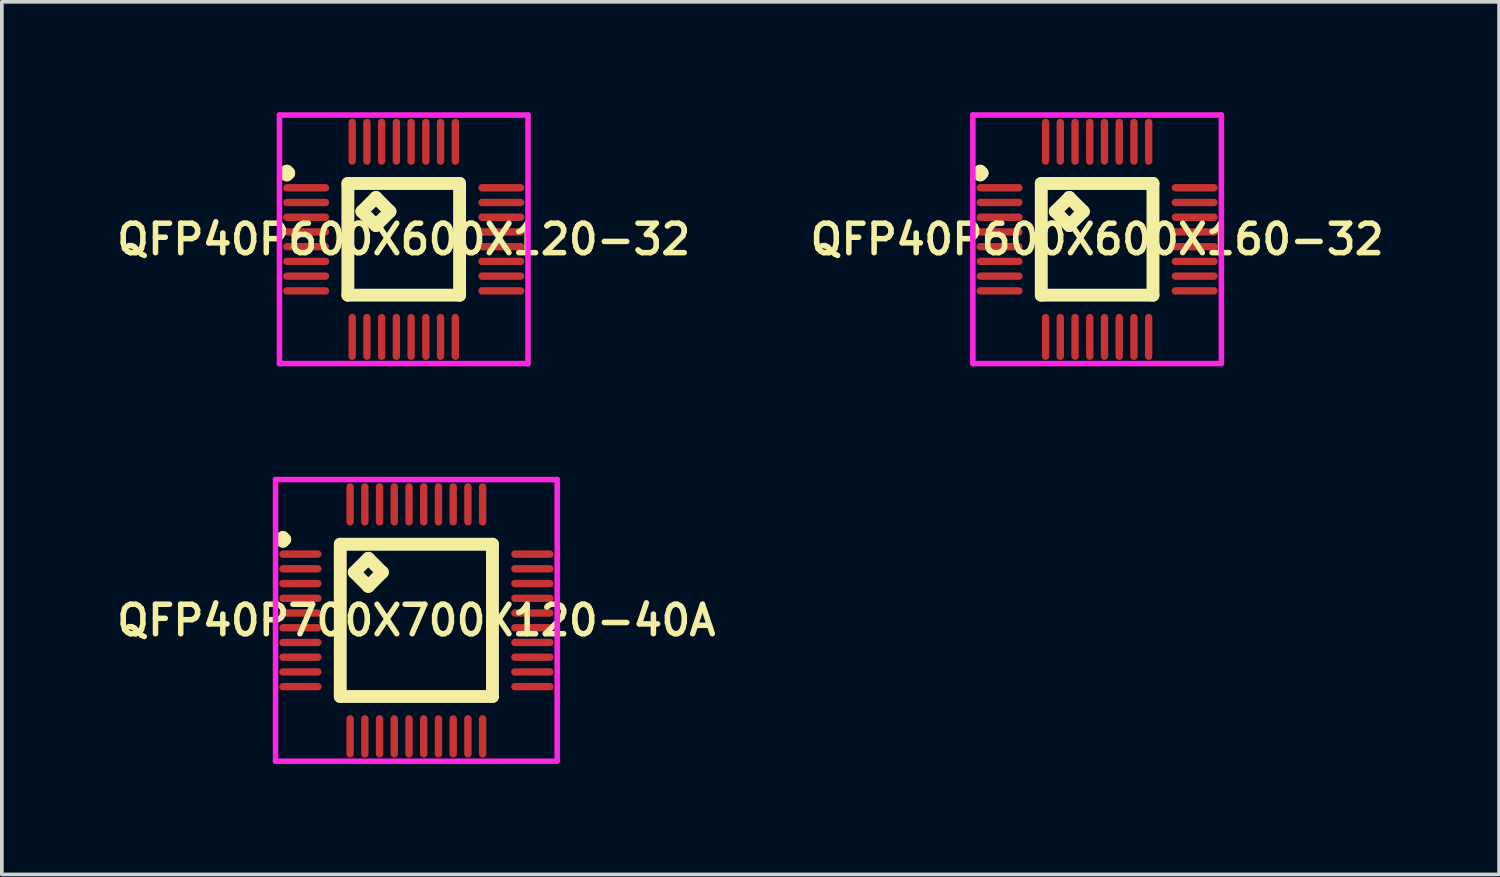
<source format=kicad_pcb>
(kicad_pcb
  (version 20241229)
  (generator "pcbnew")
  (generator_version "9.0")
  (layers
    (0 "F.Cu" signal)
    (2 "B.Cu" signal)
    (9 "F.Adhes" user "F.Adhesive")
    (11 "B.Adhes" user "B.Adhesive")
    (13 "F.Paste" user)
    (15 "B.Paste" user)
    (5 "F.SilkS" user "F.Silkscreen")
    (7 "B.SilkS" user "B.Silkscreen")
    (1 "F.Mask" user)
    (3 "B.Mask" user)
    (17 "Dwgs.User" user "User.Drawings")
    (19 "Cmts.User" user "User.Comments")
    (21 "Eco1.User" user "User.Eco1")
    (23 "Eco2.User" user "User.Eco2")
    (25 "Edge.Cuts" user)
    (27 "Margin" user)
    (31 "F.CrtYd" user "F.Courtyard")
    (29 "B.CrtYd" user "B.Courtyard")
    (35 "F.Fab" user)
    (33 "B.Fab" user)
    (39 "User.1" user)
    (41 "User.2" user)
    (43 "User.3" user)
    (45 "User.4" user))
  (footprint "QFP40P700X700X120-40A"
    (layer "F.Cu")
    (at 8.259 13.8)
    (property "Reference" "QFP40P700X700X120-40A" (at 0 0 0) (layer "F.SilkS") (effects (font (size 0.8 0.8) (thickness 0.15))))
    (attr smd)
    (fp_line (start -3.675 -2.2) (end -3.625 -2.25) (stroke (width 0.35) (type solid)) (layer "F.SilkS"))
    (fp_line (start -3.625 -2.25) (end -3.575 -2.2) (stroke (width 0.35) (type solid)) (layer "F.SilkS"))
    (fp_line (start -3.625 -2.15) (end -3.675 -2.2) (stroke (width 0.35) (type solid)) (layer "F.SilkS"))
    (fp_line (start -3.575 -2.2) (end -3.625 -2.15) (stroke (width 0.35) (type solid)) (layer "F.SilkS"))
    (fp_line (start -2.067 -2.067) (end -2.067 2.067) (stroke (width 0.35) (type solid)) (layer "F.SilkS"))
    (fp_line (start -2.067 2.067) (end 2.067 2.067) (stroke (width 0.35) (type solid)) (layer "F.SilkS"))
    (fp_line (start -1.686 -1.305) (end -1.305 -1.686) (stroke (width 0.35) (type solid)) (layer "F.SilkS"))
    (fp_line (start -1.305 -1.686) (end -0.924 -1.305) (stroke (width 0.35) (type solid)) (layer "F.SilkS"))
    (fp_line (start -1.305 -0.924) (end -1.686 -1.305) (stroke (width 0.35) (type solid)) (layer "F.SilkS"))
    (fp_line (start -0.924 -1.305) (end -1.305 -0.924) (stroke (width 0.35) (type solid)) (layer "F.SilkS"))
    (fp_line (start 2.067 -2.067) (end -2.067 -2.067) (stroke (width 0.35) (type solid)) (layer "F.SilkS"))
    (fp_line (start 2.067 2.067) (end 2.067 -2.067) (stroke (width 0.35) (type solid)) (layer "F.SilkS"))
    (fp_line (start -3.825 -3.825) (end 3.825 -3.825) (stroke (width 0.15) (type solid)) (layer "F.CrtYd"))
    (fp_line (start -3.825 3.825) (end -3.825 -3.825) (stroke (width 0.15) (type solid)) (layer "F.CrtYd"))
    (fp_line (start 3.825 -3.825) (end 3.825 3.825) (stroke (width 0.15) (type solid)) (layer "F.CrtYd"))
    (fp_line (start 3.825 3.825) (end -3.825 3.825) (stroke (width 0.15) (type solid)) (layer "F.CrtYd"))
    (pad "1" smd oval (at -3.15 -1.8) (size 1.15 0.2) (layers "F.Cu" "F.Mask" "F.Paste"))
    (pad "2" smd oval (at -3.15 -1.4) (size 1.15 0.2) (layers "F.Cu" "F.Mask" "F.Paste"))
    (pad "3" smd oval (at -3.15 -1) (size 1.15 0.2) (layers "F.Cu" "F.Mask" "F.Paste"))
    (pad "4" smd oval (at -3.15 -0.6) (size 1.15 0.2) (layers "F.Cu" "F.Mask" "F.Paste"))
    (pad "5" smd oval (at -3.15 -0.2) (size 1.15 0.2) (layers "F.Cu" "F.Mask" "F.Paste"))
    (pad "6" smd oval (at -3.15 0.2) (size 1.15 0.2) (layers "F.Cu" "F.Mask" "F.Paste"))
    (pad "7" smd oval (at -3.15 0.6) (size 1.15 0.2) (layers "F.Cu" "F.Mask" "F.Paste"))
    (pad "8" smd oval (at -3.15 1) (size 1.15 0.2) (layers "F.Cu" "F.Mask" "F.Paste"))
    (pad "9" smd oval (at -3.15 1.4) (size 1.15 0.2) (layers "F.Cu" "F.Mask" "F.Paste"))
    (pad "10" smd oval (at -3.15 1.8) (size 1.15 0.2) (layers "F.Cu" "F.Mask" "F.Paste"))
    (pad "11" smd oval (at -1.8 3.15) (size 0.2 1.15) (layers "F.Cu" "F.Mask" "F.Paste"))
    (pad "12" smd oval (at -1.4 3.15) (size 0.2 1.15) (layers "F.Cu" "F.Mask" "F.Paste"))
    (pad "13" smd oval (at -1 3.15) (size 0.2 1.15) (layers "F.Cu" "F.Mask" "F.Paste"))
    (pad "14" smd oval (at -0.6 3.15) (size 0.2 1.15) (layers "F.Cu" "F.Mask" "F.Paste"))
    (pad "15" smd oval (at -0.2 3.15) (size 0.2 1.15) (layers "F.Cu" "F.Mask" "F.Paste"))
    (pad "16" smd oval (at 0.2 3.15) (size 0.2 1.15) (layers "F.Cu" "F.Mask" "F.Paste"))
    (pad "17" smd oval (at 0.6 3.15) (size 0.2 1.15) (layers "F.Cu" "F.Mask" "F.Paste"))
    (pad "18" smd oval (at 1 3.15) (size 0.2 1.15) (layers "F.Cu" "F.Mask" "F.Paste"))
    (pad "19" smd oval (at 1.4 3.15) (size 0.2 1.15) (layers "F.Cu" "F.Mask" "F.Paste"))
    (pad "20" smd oval (at 1.8 3.15) (size 0.2 1.15) (layers "F.Cu" "F.Mask" "F.Paste"))
    (pad "21" smd oval (at 3.15 1.8) (size 1.15 0.2) (layers "F.Cu" "F.Mask" "F.Paste"))
    (pad "22" smd oval (at 3.15 1.4) (size 1.15 0.2) (layers "F.Cu" "F.Mask" "F.Paste"))
    (pad "23" smd oval (at 3.15 1) (size 1.15 0.2) (layers "F.Cu" "F.Mask" "F.Paste"))
    (pad "24" smd oval (at 3.15 0.6) (size 1.15 0.2) (layers "F.Cu" "F.Mask" "F.Paste"))
    (pad "25" smd oval (at 3.15 0.2) (size 1.15 0.2) (layers "F.Cu" "F.Mask" "F.Paste"))
    (pad "26" smd oval (at 3.15 -0.2) (size 1.15 0.2) (layers "F.Cu" "F.Mask" "F.Paste"))
    (pad "27" smd oval (at 3.15 -0.6) (size 1.15 0.2) (layers "F.Cu" "F.Mask" "F.Paste"))
    (pad "28" smd oval (at 3.15 -1) (size 1.15 0.2) (layers "F.Cu" "F.Mask" "F.Paste"))
    (pad "29" smd oval (at 3.15 -1.4) (size 1.15 0.2) (layers "F.Cu" "F.Mask" "F.Paste"))
    (pad "30" smd oval (at 3.15 -1.8) (size 1.15 0.2) (layers "F.Cu" "F.Mask" "F.Paste"))
    (pad "31" smd oval (at 1.8 -3.15) (size 0.2 1.15) (layers "F.Cu" "F.Mask" "F.Paste"))
    (pad "32" smd oval (at 1.4 -3.15) (size 0.2 1.15) (layers "F.Cu" "F.Mask" "F.Paste"))
    (pad "33" smd oval (at 1 -3.15) (size 0.2 1.15) (layers "F.Cu" "F.Mask" "F.Paste"))
    (pad "34" smd oval (at 0.6 -3.15) (size 0.2 1.15) (layers "F.Cu" "F.Mask" "F.Paste"))
    (pad "35" smd oval (at 0.2 -3.15) (size 0.2 1.15) (layers "F.Cu" "F.Mask" "F.Paste"))
    (pad "36" smd oval (at -0.2 -3.15) (size 0.2 1.15) (layers "F.Cu" "F.Mask" "F.Paste"))
    (pad "37" smd oval (at -0.6 -3.15) (size 0.2 1.15) (layers "F.Cu" "F.Mask" "F.Paste"))
    (pad "38" smd oval (at -1 -3.15) (size 0.2 1.15) (layers "F.Cu" "F.Mask" "F.Paste"))
    (pad "39" smd oval (at -1.4 -3.15) (size 0.2 1.15) (layers "F.Cu" "F.Mask" "F.Paste"))
    (pad "40" smd oval (at -1.8 -3.15) (size 0.2 1.15) (layers "F.Cu" "F.Mask" "F.Paste")))
  (footprint "QFP40P600X600X160-32"
    (layer "F.Cu")
    (at 26.749 3.45)
    (property "Reference" "QFP40P600X600X160-32" (at 0 0 0) (layer "F.SilkS") (effects (font (size 0.8 0.8) (thickness 0.15))))
    (attr smd)
    (fp_line (start -3.225 -1.8) (end -3.175 -1.85) (stroke (width 0.35) (type solid)) (layer "F.SilkS"))
    (fp_line (start -3.175 -1.85) (end -3.125 -1.8) (stroke (width 0.35) (type solid)) (layer "F.SilkS"))
    (fp_line (start -3.175 -1.75) (end -3.225 -1.8) (stroke (width 0.35) (type solid)) (layer "F.SilkS"))
    (fp_line (start -3.125 -1.8) (end -3.175 -1.75) (stroke (width 0.35) (type solid)) (layer "F.SilkS"))
    (fp_line (start -1.517 -1.517) (end -1.517 1.517) (stroke (width 0.35) (type solid)) (layer "F.SilkS"))
    (fp_line (start -1.517 1.517) (end 1.517 1.517) (stroke (width 0.35) (type solid)) (layer "F.SilkS"))
    (fp_line (start -1.136 -0.755) (end -0.755 -1.136) (stroke (width 0.35) (type solid)) (layer "F.SilkS"))
    (fp_line (start -0.755 -1.136) (end -0.374 -0.755) (stroke (width 0.35) (type solid)) (layer "F.SilkS"))
    (fp_line (start -0.755 -0.374) (end -1.136 -0.755) (stroke (width 0.35) (type solid)) (layer "F.SilkS"))
    (fp_line (start -0.374 -0.755) (end -0.755 -0.374) (stroke (width 0.35) (type solid)) (layer "F.SilkS"))
    (fp_line (start 1.517 -1.517) (end -1.517 -1.517) (stroke (width 0.35) (type solid)) (layer "F.SilkS"))
    (fp_line (start 1.517 1.517) (end 1.517 -1.517) (stroke (width 0.35) (type solid)) (layer "F.SilkS"))
    (fp_line (start -3.375 -3.375) (end 3.375 -3.375) (stroke (width 0.15) (type solid)) (layer "F.CrtYd"))
    (fp_line (start -3.375 3.375) (end -3.375 -3.375) (stroke (width 0.15) (type solid)) (layer "F.CrtYd"))
    (fp_line (start 3.375 -3.375) (end 3.375 3.375) (stroke (width 0.15) (type solid)) (layer "F.CrtYd"))
    (fp_line (start 3.375 3.375) (end -3.375 3.375) (stroke (width 0.15) (type solid)) (layer "F.CrtYd"))
    (pad "1" smd oval (at -2.65 -1.4) (size 1.25 0.2) (layers "F.Cu" "F.Mask" "F.Paste"))
    (pad "2" smd oval (at -2.65 -1) (size 1.25 0.2) (layers "F.Cu" "F.Mask" "F.Paste"))
    (pad "3" smd oval (at -2.65 -0.6) (size 1.25 0.2) (layers "F.Cu" "F.Mask" "F.Paste"))
    (pad "4" smd oval (at -2.65 -0.2) (size 1.25 0.2) (layers "F.Cu" "F.Mask" "F.Paste"))
    (pad "5" smd oval (at -2.65 0.2) (size 1.25 0.2) (layers "F.Cu" "F.Mask" "F.Paste"))
    (pad "6" smd oval (at -2.65 0.6) (size 1.25 0.2) (layers "F.Cu" "F.Mask" "F.Paste"))
    (pad "7" smd oval (at -2.65 1) (size 1.25 0.2) (layers "F.Cu" "F.Mask" "F.Paste"))
    (pad "8" smd oval (at -2.65 1.4) (size 1.25 0.2) (layers "F.Cu" "F.Mask" "F.Paste"))
    (pad "9" smd oval (at -1.4 2.65) (size 0.2 1.25) (layers "F.Cu" "F.Mask" "F.Paste"))
    (pad "10" smd oval (at -1 2.65) (size 0.2 1.25) (layers "F.Cu" "F.Mask" "F.Paste"))
    (pad "11" smd oval (at -0.6 2.65) (size 0.2 1.25) (layers "F.Cu" "F.Mask" "F.Paste"))
    (pad "12" smd oval (at -0.2 2.65) (size 0.2 1.25) (layers "F.Cu" "F.Mask" "F.Paste"))
    (pad "13" smd oval (at 0.2 2.65) (size 0.2 1.25) (layers "F.Cu" "F.Mask" "F.Paste"))
    (pad "14" smd oval (at 0.6 2.65) (size 0.2 1.25) (layers "F.Cu" "F.Mask" "F.Paste"))
    (pad "15" smd oval (at 1 2.65) (size 0.2 1.25) (layers "F.Cu" "F.Mask" "F.Paste"))
    (pad "16" smd oval (at 1.4 2.65) (size 0.2 1.25) (layers "F.Cu" "F.Mask" "F.Paste"))
    (pad "17" smd oval (at 2.65 1.4) (size 1.25 0.2) (layers "F.Cu" "F.Mask" "F.Paste"))
    (pad "18" smd oval (at 2.65 1) (size 1.25 0.2) (layers "F.Cu" "F.Mask" "F.Paste"))
    (pad "19" smd oval (at 2.65 0.6) (size 1.25 0.2) (layers "F.Cu" "F.Mask" "F.Paste"))
    (pad "20" smd oval (at 2.65 0.2) (size 1.25 0.2) (layers "F.Cu" "F.Mask" "F.Paste"))
    (pad "21" smd oval (at 2.65 -0.2) (size 1.25 0.2) (layers "F.Cu" "F.Mask" "F.Paste"))
    (pad "22" smd oval (at 2.65 -0.6) (size 1.25 0.2) (layers "F.Cu" "F.Mask" "F.Paste"))
    (pad "23" smd oval (at 2.65 -1) (size 1.25 0.2) (layers "F.Cu" "F.Mask" "F.Paste"))
    (pad "24" smd oval (at 2.65 -1.4) (size 1.25 0.2) (layers "F.Cu" "F.Mask" "F.Paste"))
    (pad "25" smd oval (at 1.4 -2.65) (size 0.2 1.25) (layers "F.Cu" "F.Mask" "F.Paste"))
    (pad "26" smd oval (at 1 -2.65) (size 0.2 1.25) (layers "F.Cu" "F.Mask" "F.Paste"))
    (pad "27" smd oval (at 0.6 -2.65) (size 0.2 1.25) (layers "F.Cu" "F.Mask" "F.Paste"))
    (pad "28" smd oval (at 0.2 -2.65) (size 0.2 1.25) (layers "F.Cu" "F.Mask" "F.Paste"))
    (pad "29" smd oval (at -0.2 -2.65) (size 0.2 1.25) (layers "F.Cu" "F.Mask" "F.Paste"))
    (pad "30" smd oval (at -0.6 -2.65) (size 0.2 1.25) (layers "F.Cu" "F.Mask" "F.Paste"))
    (pad "31" smd oval (at -1 -2.65) (size 0.2 1.25) (layers "F.Cu" "F.Mask" "F.Paste"))
    (pad "32" smd oval (at -1.4 -2.65) (size 0.2 1.25) (layers "F.Cu" "F.Mask" "F.Paste")))
  (footprint "QFP40P600X600X120-32"
    (layer "F.Cu")
    (at 7.916 3.45)
    (property "Reference" "QFP40P600X600X120-32" (at 0 0 0) (layer "F.SilkS") (effects (font (size 0.8 0.8) (thickness 0.15))))
    (attr smd)
    (fp_line (start -3.225 -1.8) (end -3.175 -1.85) (stroke (width 0.35) (type solid)) (layer "F.SilkS"))
    (fp_line (start -3.175 -1.85) (end -3.125 -1.8) (stroke (width 0.35) (type solid)) (layer "F.SilkS"))
    (fp_line (start -3.175 -1.75) (end -3.225 -1.8) (stroke (width 0.35) (type solid)) (layer "F.SilkS"))
    (fp_line (start -3.125 -1.8) (end -3.175 -1.75) (stroke (width 0.35) (type solid)) (layer "F.SilkS"))
    (fp_line (start -1.517 -1.517) (end -1.517 1.517) (stroke (width 0.35) (type solid)) (layer "F.SilkS"))
    (fp_line (start -1.517 1.517) (end 1.517 1.517) (stroke (width 0.35) (type solid)) (layer "F.SilkS"))
    (fp_line (start -1.136 -0.755) (end -0.755 -1.136) (stroke (width 0.35) (type solid)) (layer "F.SilkS"))
    (fp_line (start -0.755 -1.136) (end -0.374 -0.755) (stroke (width 0.35) (type solid)) (layer "F.SilkS"))
    (fp_line (start -0.755 -0.374) (end -1.136 -0.755) (stroke (width 0.35) (type solid)) (layer "F.SilkS"))
    (fp_line (start -0.374 -0.755) (end -0.755 -0.374) (stroke (width 0.35) (type solid)) (layer "F.SilkS"))
    (fp_line (start 1.517 -1.517) (end -1.517 -1.517) (stroke (width 0.35) (type solid)) (layer "F.SilkS"))
    (fp_line (start 1.517 1.517) (end 1.517 -1.517) (stroke (width 0.35) (type solid)) (layer "F.SilkS"))
    (fp_line (start -3.375 -3.375) (end 3.375 -3.375) (stroke (width 0.15) (type solid)) (layer "F.CrtYd"))
    (fp_line (start -3.375 3.375) (end -3.375 -3.375) (stroke (width 0.15) (type solid)) (layer "F.CrtYd"))
    (fp_line (start 3.375 -3.375) (end 3.375 3.375) (stroke (width 0.15) (type solid)) (layer "F.CrtYd"))
    (fp_line (start 3.375 3.375) (end -3.375 3.375) (stroke (width 0.15) (type solid)) (layer "F.CrtYd"))
    (pad "1" smd oval (at -2.65 -1.4) (size 1.25 0.2) (layers "F.Cu" "F.Mask" "F.Paste"))
    (pad "2" smd oval (at -2.65 -1) (size 1.25 0.2) (layers "F.Cu" "F.Mask" "F.Paste"))
    (pad "3" smd oval (at -2.65 -0.6) (size 1.25 0.2) (layers "F.Cu" "F.Mask" "F.Paste"))
    (pad "4" smd oval (at -2.65 -0.2) (size 1.25 0.2) (layers "F.Cu" "F.Mask" "F.Paste"))
    (pad "5" smd oval (at -2.65 0.2) (size 1.25 0.2) (layers "F.Cu" "F.Mask" "F.Paste"))
    (pad "6" smd oval (at -2.65 0.6) (size 1.25 0.2) (layers "F.Cu" "F.Mask" "F.Paste"))
    (pad "7" smd oval (at -2.65 1) (size 1.25 0.2) (layers "F.Cu" "F.Mask" "F.Paste"))
    (pad "8" smd oval (at -2.65 1.4) (size 1.25 0.2) (layers "F.Cu" "F.Mask" "F.Paste"))
    (pad "9" smd oval (at -1.4 2.65) (size 0.2 1.25) (layers "F.Cu" "F.Mask" "F.Paste"))
    (pad "10" smd oval (at -1 2.65) (size 0.2 1.25) (layers "F.Cu" "F.Mask" "F.Paste"))
    (pad "11" smd oval (at -0.6 2.65) (size 0.2 1.25) (layers "F.Cu" "F.Mask" "F.Paste"))
    (pad "12" smd oval (at -0.2 2.65) (size 0.2 1.25) (layers "F.Cu" "F.Mask" "F.Paste"))
    (pad "13" smd oval (at 0.2 2.65) (size 0.2 1.25) (layers "F.Cu" "F.Mask" "F.Paste"))
    (pad "14" smd oval (at 0.6 2.65) (size 0.2 1.25) (layers "F.Cu" "F.Mask" "F.Paste"))
    (pad "15" smd oval (at 1 2.65) (size 0.2 1.25) (layers "F.Cu" "F.Mask" "F.Paste"))
    (pad "16" smd oval (at 1.4 2.65) (size 0.2 1.25) (layers "F.Cu" "F.Mask" "F.Paste"))
    (pad "17" smd oval (at 2.65 1.4) (size 1.25 0.2) (layers "F.Cu" "F.Mask" "F.Paste"))
    (pad "18" smd oval (at 2.65 1) (size 1.25 0.2) (layers "F.Cu" "F.Mask" "F.Paste"))
    (pad "19" smd oval (at 2.65 0.6) (size 1.25 0.2) (layers "F.Cu" "F.Mask" "F.Paste"))
    (pad "20" smd oval (at 2.65 0.2) (size 1.25 0.2) (layers "F.Cu" "F.Mask" "F.Paste"))
    (pad "21" smd oval (at 2.65 -0.2) (size 1.25 0.2) (layers "F.Cu" "F.Mask" "F.Paste"))
    (pad "22" smd oval (at 2.65 -0.6) (size 1.25 0.2) (layers "F.Cu" "F.Mask" "F.Paste"))
    (pad "23" smd oval (at 2.65 -1) (size 1.25 0.2) (layers "F.Cu" "F.Mask" "F.Paste"))
    (pad "24" smd oval (at 2.65 -1.4) (size 1.25 0.2) (layers "F.Cu" "F.Mask" "F.Paste"))
    (pad "25" smd oval (at 1.4 -2.65) (size 0.2 1.25) (layers "F.Cu" "F.Mask" "F.Paste"))
    (pad "26" smd oval (at 1 -2.65) (size 0.2 1.25) (layers "F.Cu" "F.Mask" "F.Paste"))
    (pad "27" smd oval (at 0.6 -2.65) (size 0.2 1.25) (layers "F.Cu" "F.Mask" "F.Paste"))
    (pad "28" smd oval (at 0.2 -2.65) (size 0.2 1.25) (layers "F.Cu" "F.Mask" "F.Paste"))
    (pad "29" smd oval (at -0.2 -2.65) (size 0.2 1.25) (layers "F.Cu" "F.Mask" "F.Paste"))
    (pad "30" smd oval (at -0.6 -2.65) (size 0.2 1.25) (layers "F.Cu" "F.Mask" "F.Paste"))
    (pad "31" smd oval (at -1 -2.65) (size 0.2 1.25) (layers "F.Cu" "F.Mask" "F.Paste"))
    (pad "32" smd oval (at -1.4 -2.65) (size 0.2 1.25) (layers "F.Cu" "F.Mask" "F.Paste")))
  (gr_rect
    (start -3 -3)
    (end 37.666 20.7)
    (stroke (width 0.1) (type default))
    (fill no)
    (layer "Edge.Cuts")))
</source>
